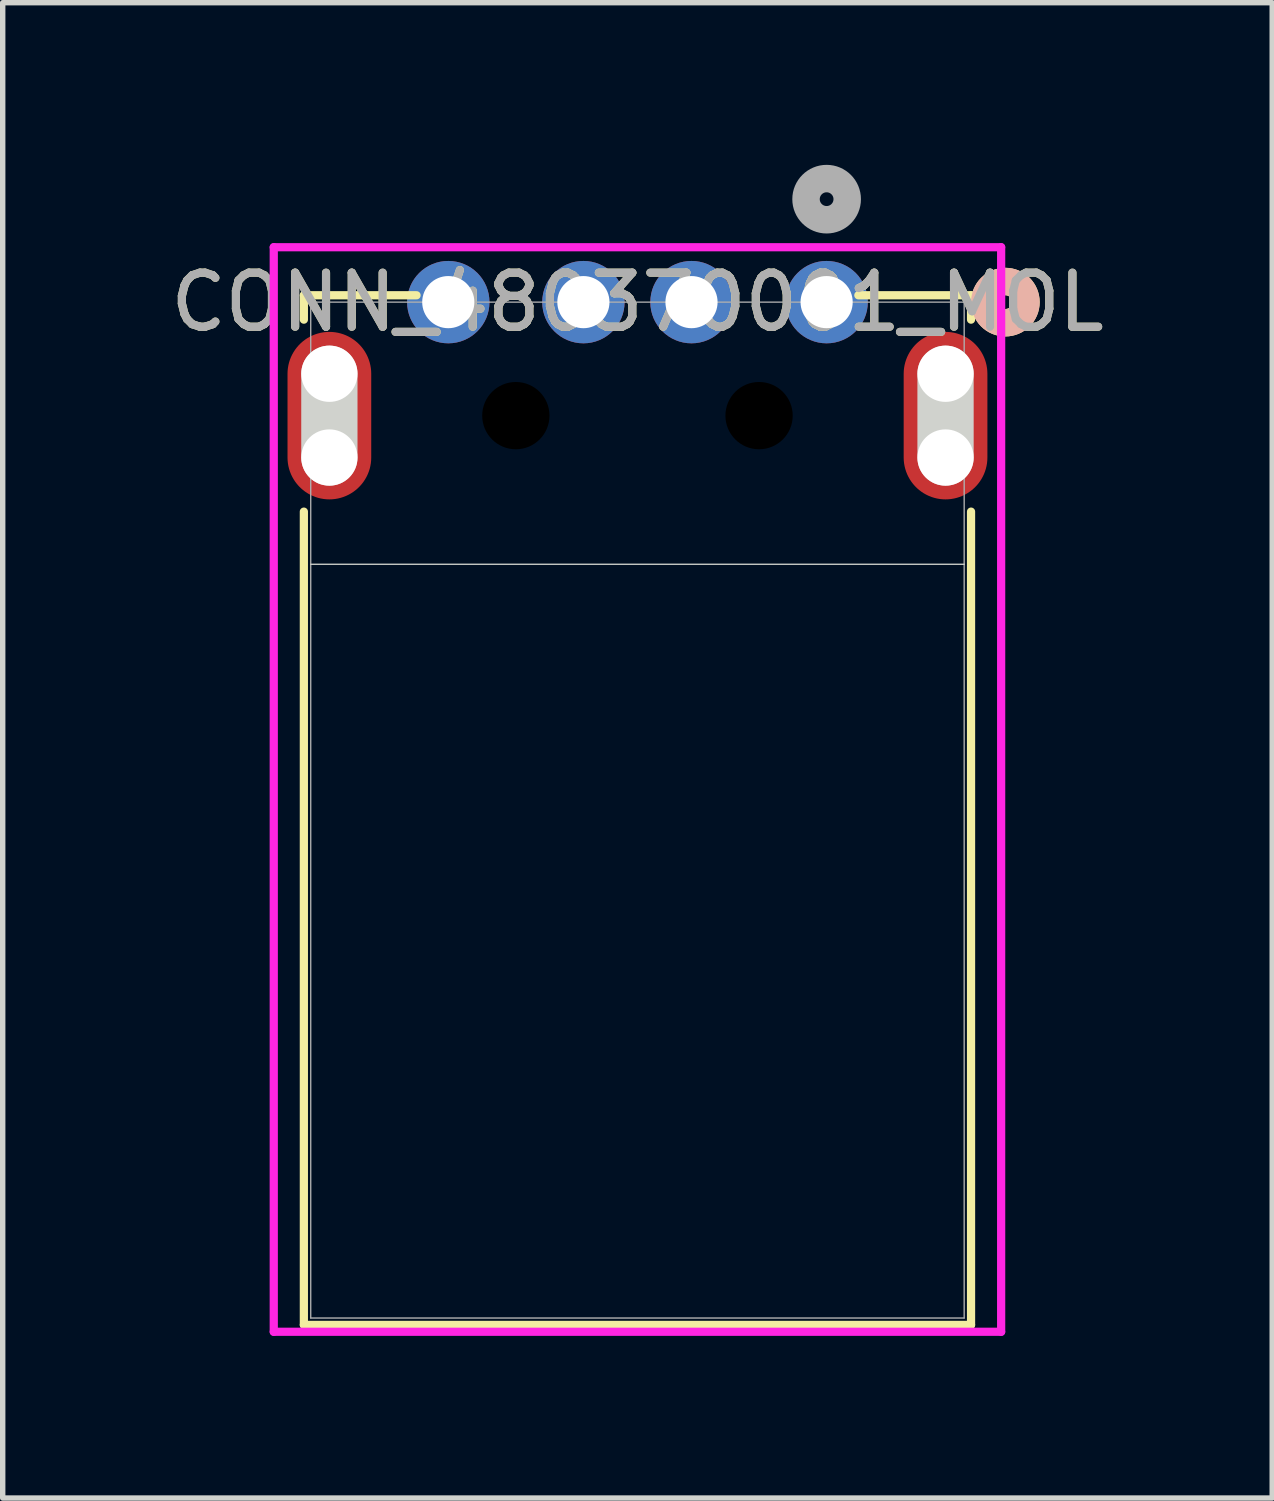
<source format=kicad_pcb>
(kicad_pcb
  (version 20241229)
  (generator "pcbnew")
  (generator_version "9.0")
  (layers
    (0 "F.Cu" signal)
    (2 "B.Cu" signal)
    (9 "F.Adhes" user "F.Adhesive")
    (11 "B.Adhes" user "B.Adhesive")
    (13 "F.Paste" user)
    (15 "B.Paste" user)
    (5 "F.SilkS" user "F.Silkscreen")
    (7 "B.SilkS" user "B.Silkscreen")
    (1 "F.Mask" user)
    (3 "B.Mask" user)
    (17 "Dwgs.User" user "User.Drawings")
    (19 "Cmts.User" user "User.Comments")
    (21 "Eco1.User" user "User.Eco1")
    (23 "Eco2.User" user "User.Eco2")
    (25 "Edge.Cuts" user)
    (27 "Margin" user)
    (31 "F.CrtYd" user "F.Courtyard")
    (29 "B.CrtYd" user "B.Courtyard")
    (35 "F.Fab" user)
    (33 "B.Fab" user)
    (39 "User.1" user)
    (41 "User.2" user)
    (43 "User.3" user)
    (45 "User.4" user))
  (footprint "CONN_480370001_MOL"
    (layer "F.Cu")
    (at 12.244 2.54)
    (property "Reference" "CONN_480370001_MOL" (at -3.5 0 0) (unlocked yes) (layer "F.SilkS") (effects (font (size 1 1) (thickness 0.15))))
    (attr through_hole)
    (fp_line (start -9.672 -0.127) (end -9.672 0.324) (stroke (width 0.152) (type solid)) (layer "F.SilkS"))
    (fp_line (start -9.672 3.876) (end -9.672 18.923) (stroke (width 0.152) (type solid)) (layer "F.SilkS"))
    (fp_line (start -9.672 18.923) (end 2.672 18.923) (stroke (width 0.152) (type solid)) (layer "F.SilkS"))
    (fp_line (start -7.587 -0.127) (end -9.672 -0.127) (stroke (width 0.152) (type solid)) (layer "F.SilkS"))
    (fp_line (start 2.672 -0.127) (end 0.587 -0.127) (stroke (width 0.152) (type solid)) (layer "F.SilkS"))
    (fp_line (start 2.672 0.324) (end 2.672 -0.127) (stroke (width 0.152) (type solid)) (layer "F.SilkS"))
    (fp_line (start 2.672 18.923) (end 2.672 3.876) (stroke (width 0.152) (type solid)) (layer "F.SilkS"))
    (fp_circle (center 3.307 0) (end 3.688 0) (stroke (width 0.508) (type solid)) (fill no) (layer "F.SilkS"))
    (fp_circle (center 3.307 0) (end 3.688 0) (stroke (width 0.508) (type solid)) (fill no) (layer "B.SilkS"))
    (fp_line (start -9.2 2.875) (end -9.2 1.325) (stroke (width 1.041) (type solid)) (layer "Edge.Cuts"))
    (fp_line (start 2.2 2.875) (end 2.2 1.325) (stroke (width 1.041) (type solid)) (layer "Edge.Cuts"))
    (fp_line (start 2.545 4.85) (end -9.545 4.85) (stroke (width 0.025) (type solid)) (layer "Edge.Cuts"))
    (fp_line (start -10.229 -1.016) (end -10.229 19.05) (stroke (width 0.152) (type solid)) (layer "F.CrtYd"))
    (fp_line (start -10.229 19.05) (end 3.229 19.05) (stroke (width 0.152) (type solid)) (layer "F.CrtYd"))
    (fp_line (start 3.229 -1.016) (end -10.229 -1.016) (stroke (width 0.152) (type solid)) (layer "F.CrtYd"))
    (fp_line (start 3.229 19.05) (end 3.229 -1.016) (stroke (width 0.152) (type solid)) (layer "F.CrtYd"))
    (fp_line (start -9.545 0) (end -9.545 18.796) (stroke (width 0.025) (type solid)) (layer "F.Fab"))
    (fp_line (start -9.545 18.796) (end 2.545 18.796) (stroke (width 0.025) (type solid)) (layer "F.Fab"))
    (fp_line (start 2.545 0) (end -9.545 0) (stroke (width 0.025) (type solid)) (layer "F.Fab"))
    (fp_line (start 2.545 18.796) (end 2.545 0) (stroke (width 0.025) (type solid)) (layer "F.Fab"))
    (fp_circle (center 0 -1.905) (end 0.381 -1.905) (stroke (width 0.508) (type solid)) (fill no) (layer "F.Fab"))
    (fp_text user "${REFERENCE}" (at -3.5 0 0) (unlocked yes) (layer "F.Fab") (effects (font (size 1 1) (thickness 0.15))))
    (pad "" np_thru_hole circle (at -9.2 1.325) (size 1.041 1.041) (drill 1.041) (layers "*.Cu" "*.Mask"))
    (pad "" np_thru_hole circle (at -9.2 2.875) (size 1.041 1.041) (drill 1.041) (layers "*.Cu" "*.Mask"))
    (pad "" np_thru_hole circle (at -5.75 2.1) (size 1.245 1.245) (drill 1.245) (layers))
    (pad "" np_thru_hole circle (at -1.25 2.1) (size 1.245 1.245) (drill 1.245) (layers))
    (pad "" np_thru_hole circle (at 2.2 1.325) (size 1.041 1.041) (drill 1.041) (layers "*.Cu" "*.Mask"))
    (pad "" np_thru_hole circle (at 2.2 2.875) (size 1.041 1.041) (drill 1.041) (layers "*.Cu" "*.Mask"))
    (pad "1" thru_hole circle (at 0 0) (size 1.524 1.524) (drill 0.965) (layers "*.Cu" "*.Mask"))
    (pad "2" thru_hole circle (at -2.5 0) (size 1.524 1.524) (drill 0.965) (layers "*.Cu" "*.Mask"))
    (pad "3" thru_hole circle (at -4.5 0) (size 1.524 1.524) (drill 0.965) (layers "*.Cu" "*.Mask"))
    (pad "4" thru_hole circle (at -7 0) (size 1.524 1.524) (drill 0.965) (layers "*.Cu" "*.Mask"))
    (pad "7" smd oval (at -9.2 2.1) (size 1.549 3.099) (layers "F.Cu" "F.Mask" "F.Paste"))
    (pad "8" smd oval (at 2.2 2.1) (size 1.549 3.099) (layers "F.Cu" "F.Mask" "F.Paste")))
  (gr_rect
    (start -3 -3)
    (end 20.488 24.666)
    (stroke (width 0.1) (type default))
    (fill no)
    (layer "Edge.Cuts")))
</source>
